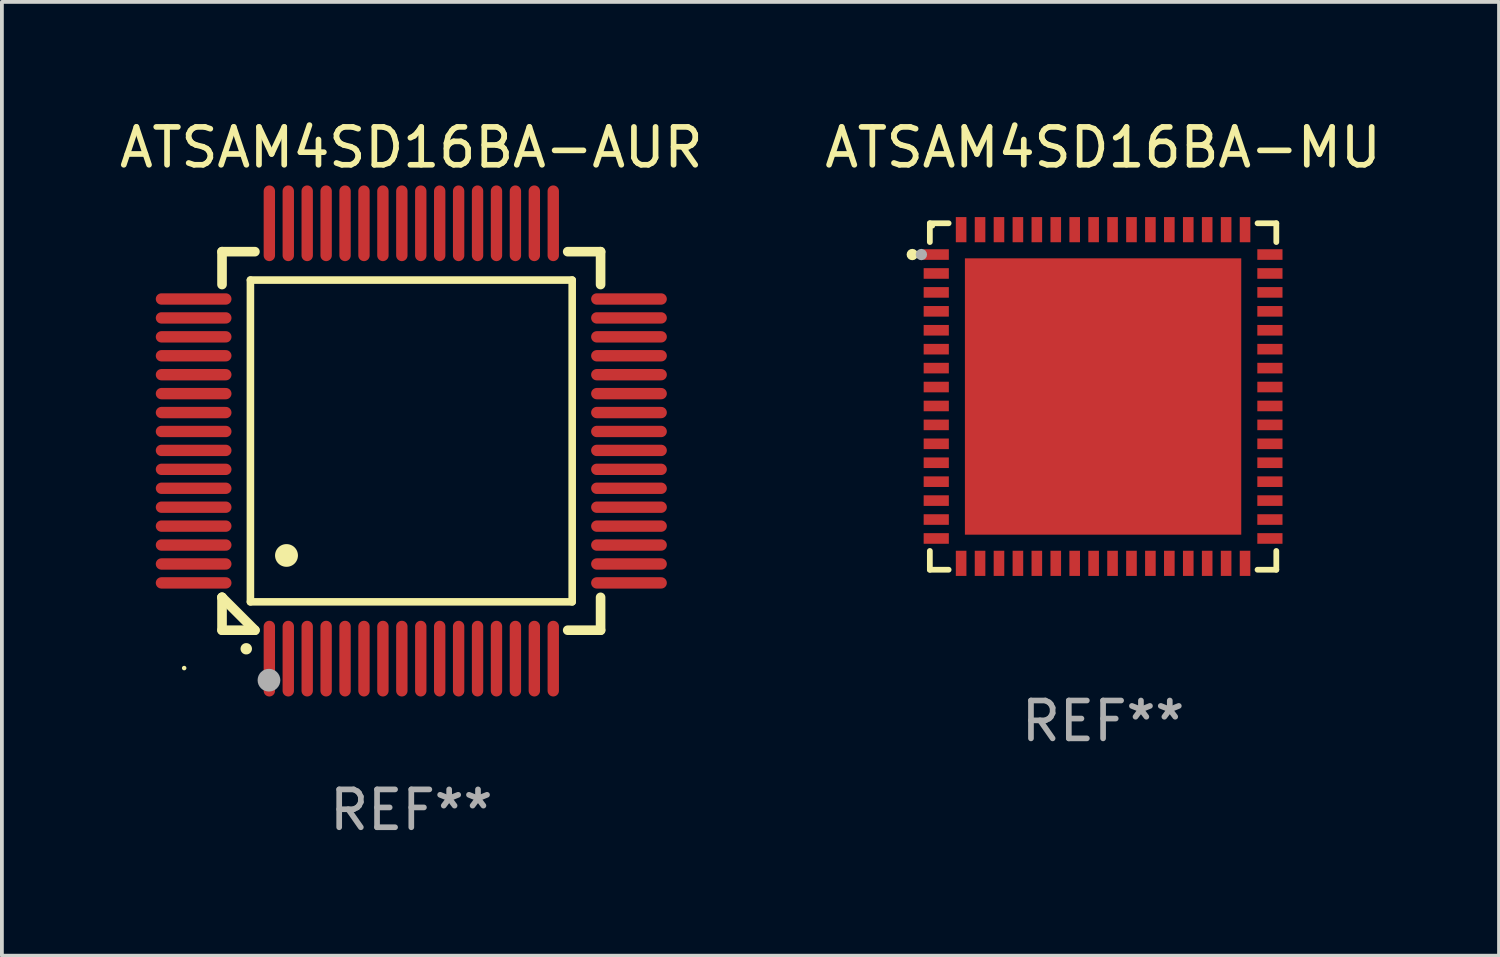
<source format=kicad_pcb>
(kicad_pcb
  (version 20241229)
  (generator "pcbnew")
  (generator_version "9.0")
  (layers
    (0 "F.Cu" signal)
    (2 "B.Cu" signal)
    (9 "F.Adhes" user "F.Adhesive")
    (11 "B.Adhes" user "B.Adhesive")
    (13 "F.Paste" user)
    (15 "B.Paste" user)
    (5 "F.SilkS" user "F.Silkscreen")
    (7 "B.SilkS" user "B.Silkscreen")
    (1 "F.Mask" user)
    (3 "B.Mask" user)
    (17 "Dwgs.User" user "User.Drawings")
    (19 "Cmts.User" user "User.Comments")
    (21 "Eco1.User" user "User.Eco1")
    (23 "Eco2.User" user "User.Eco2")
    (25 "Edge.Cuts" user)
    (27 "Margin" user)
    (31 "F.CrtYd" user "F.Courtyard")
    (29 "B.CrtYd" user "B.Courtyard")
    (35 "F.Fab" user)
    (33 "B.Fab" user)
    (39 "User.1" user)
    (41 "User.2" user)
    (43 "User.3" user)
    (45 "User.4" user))
  (footprint "ATSAM4SD16BA-MU"
    (layer "F.Cu")
    (at 26.089 7.424)
    (property "Reference" "ATSAM4SD16BA-MU" (at 0 -6.576 0) (layer "F.SilkS") (effects (font (size 1 1) (thickness 0.15))))
    (attr through_hole)
    (fp_line (start -4.576 -4.576) (end -4.576 -4.08) (stroke (width 0.152) (type solid)) (layer "F.SilkS"))
    (fp_line (start -4.576 4.576) (end -4.576 4.08) (stroke (width 0.152) (type solid)) (layer "F.SilkS"))
    (fp_line (start -4.08 -4.576) (end -4.576 -4.576) (stroke (width 0.152) (type solid)) (layer "F.SilkS"))
    (fp_line (start -4.08 4.576) (end -4.576 4.576) (stroke (width 0.152) (type solid)) (layer "F.SilkS"))
    (fp_line (start 4.08 -4.576) (end 4.576 -4.576) (stroke (width 0.152) (type solid)) (layer "F.SilkS"))
    (fp_line (start 4.08 4.576) (end 4.576 4.576) (stroke (width 0.152) (type solid)) (layer "F.SilkS"))
    (fp_line (start 4.576 -4.576) (end 4.576 -4.08) (stroke (width 0.152) (type solid)) (layer "F.SilkS"))
    (fp_line (start 4.576 4.576) (end 4.576 4.08) (stroke (width 0.152) (type solid)) (layer "F.SilkS"))
    (fp_circle (center -5.04 -3.75) (end -4.965 -3.75) (stroke (width 0.15) (type solid)) (fill no) (layer "F.SilkS"))
    (fp_circle (center -4.5 -4.5) (end -4.47 -4.5) (stroke (width 0.06) (type solid)) (fill no) (layer "F.SilkS"))
    (fp_circle (center -4.8 -3.75) (end -4.725 -3.75) (stroke (width 0.15) (type solid)) (fill no) (layer "F.Fab"))
    (fp_text user "REF**" (at 0 8.576 0) (layer "F.Fab") (effects (font (size 1 1) (thickness 0.15))))
    (pad "1" smd rect (at -4.407 -3.75) (size 0.665 0.28) (layers "F.Cu" "F.Mask" "F.Paste"))
    (pad "2" smd rect (at -4.407 -3.25) (size 0.665 0.28) (layers "F.Cu" "F.Mask" "F.Paste"))
    (pad "3" smd rect (at -4.407 -2.75) (size 0.665 0.28) (layers "F.Cu" "F.Mask" "F.Paste"))
    (pad "4" smd rect (at -4.407 -2.25) (size 0.665 0.28) (layers "F.Cu" "F.Mask" "F.Paste"))
    (pad "5" smd rect (at -4.407 -1.75) (size 0.665 0.28) (layers "F.Cu" "F.Mask" "F.Paste"))
    (pad "6" smd rect (at -4.407 -1.25) (size 0.665 0.28) (layers "F.Cu" "F.Mask" "F.Paste"))
    (pad "7" smd rect (at -4.407 -0.75) (size 0.665 0.28) (layers "F.Cu" "F.Mask" "F.Paste"))
    (pad "8" smd rect (at -4.407 -0.25) (size 0.665 0.28) (layers "F.Cu" "F.Mask" "F.Paste"))
    (pad "9" smd rect (at -4.407 0.25) (size 0.665 0.28) (layers "F.Cu" "F.Mask" "F.Paste"))
    (pad "10" smd rect (at -4.407 0.75) (size 0.665 0.28) (layers "F.Cu" "F.Mask" "F.Paste"))
    (pad "11" smd rect (at -4.407 1.25) (size 0.665 0.28) (layers "F.Cu" "F.Mask" "F.Paste"))
    (pad "12" smd rect (at -4.407 1.75) (size 0.665 0.28) (layers "F.Cu" "F.Mask" "F.Paste"))
    (pad "13" smd rect (at -4.407 2.25) (size 0.665 0.28) (layers "F.Cu" "F.Mask" "F.Paste"))
    (pad "14" smd rect (at -4.407 2.75) (size 0.665 0.28) (layers "F.Cu" "F.Mask" "F.Paste"))
    (pad "15" smd rect (at -4.407 3.25) (size 0.665 0.28) (layers "F.Cu" "F.Mask" "F.Paste"))
    (pad "16" smd rect (at -4.407 3.75) (size 0.665 0.28) (layers "F.Cu" "F.Mask" "F.Paste"))
    (pad "17" smd rect (at -3.75 4.407) (size 0.28 0.665) (layers "F.Cu" "F.Mask" "F.Paste"))
    (pad "18" smd rect (at -3.25 4.407) (size 0.28 0.665) (layers "F.Cu" "F.Mask" "F.Paste"))
    (pad "19" smd rect (at -2.75 4.407) (size 0.28 0.665) (layers "F.Cu" "F.Mask" "F.Paste"))
    (pad "20" smd rect (at -2.25 4.407) (size 0.28 0.665) (layers "F.Cu" "F.Mask" "F.Paste"))
    (pad "21" smd rect (at -1.75 4.407) (size 0.28 0.665) (layers "F.Cu" "F.Mask" "F.Paste"))
    (pad "22" smd rect (at -1.25 4.407) (size 0.28 0.665) (layers "F.Cu" "F.Mask" "F.Paste"))
    (pad "23" smd rect (at -0.75 4.407) (size 0.28 0.665) (layers "F.Cu" "F.Mask" "F.Paste"))
    (pad "24" smd rect (at -0.25 4.407) (size 0.28 0.665) (layers "F.Cu" "F.Mask" "F.Paste"))
    (pad "25" smd rect (at 0.25 4.407) (size 0.28 0.665) (layers "F.Cu" "F.Mask" "F.Paste"))
    (pad "26" smd rect (at 0.75 4.407) (size 0.28 0.665) (layers "F.Cu" "F.Mask" "F.Paste"))
    (pad "27" smd rect (at 1.25 4.407) (size 0.28 0.665) (layers "F.Cu" "F.Mask" "F.Paste"))
    (pad "28" smd rect (at 1.75 4.407) (size 0.28 0.665) (layers "F.Cu" "F.Mask" "F.Paste"))
    (pad "29" smd rect (at 2.25 4.407) (size 0.28 0.665) (layers "F.Cu" "F.Mask" "F.Paste"))
    (pad "30" smd rect (at 2.75 4.407) (size 0.28 0.665) (layers "F.Cu" "F.Mask" "F.Paste"))
    (pad "31" smd rect (at 3.25 4.407) (size 0.28 0.665) (layers "F.Cu" "F.Mask" "F.Paste"))
    (pad "32" smd rect (at 3.75 4.407) (size 0.28 0.665) (layers "F.Cu" "F.Mask" "F.Paste"))
    (pad "33" smd rect (at 4.407 3.75) (size 0.665 0.28) (layers "F.Cu" "F.Mask" "F.Paste"))
    (pad "34" smd rect (at 4.407 3.25) (size 0.665 0.28) (layers "F.Cu" "F.Mask" "F.Paste"))
    (pad "35" smd rect (at 4.407 2.75) (size 0.665 0.28) (layers "F.Cu" "F.Mask" "F.Paste"))
    (pad "36" smd rect (at 4.407 2.25) (size 0.665 0.28) (layers "F.Cu" "F.Mask" "F.Paste"))
    (pad "37" smd rect (at 4.407 1.75) (size 0.665 0.28) (layers "F.Cu" "F.Mask" "F.Paste"))
    (pad "38" smd rect (at 4.407 1.25) (size 0.665 0.28) (layers "F.Cu" "F.Mask" "F.Paste"))
    (pad "39" smd rect (at 4.407 0.75) (size 0.665 0.28) (layers "F.Cu" "F.Mask" "F.Paste"))
    (pad "40" smd rect (at 4.407 0.25) (size 0.665 0.28) (layers "F.Cu" "F.Mask" "F.Paste"))
    (pad "41" smd rect (at 4.407 -0.25) (size 0.665 0.28) (layers "F.Cu" "F.Mask" "F.Paste"))
    (pad "42" smd rect (at 4.407 -0.75) (size 0.665 0.28) (layers "F.Cu" "F.Mask" "F.Paste"))
    (pad "43" smd rect (at 4.407 -1.25) (size 0.665 0.28) (layers "F.Cu" "F.Mask" "F.Paste"))
    (pad "44" smd rect (at 4.407 -1.75) (size 0.665 0.28) (layers "F.Cu" "F.Mask" "F.Paste"))
    (pad "45" smd rect (at 4.407 -2.25) (size 0.665 0.28) (layers "F.Cu" "F.Mask" "F.Paste"))
    (pad "46" smd rect (at 4.407 -2.75) (size 0.665 0.28) (layers "F.Cu" "F.Mask" "F.Paste"))
    (pad "47" smd rect (at 4.407 -3.25) (size 0.665 0.28) (layers "F.Cu" "F.Mask" "F.Paste"))
    (pad "48" smd rect (at 4.407 -3.75) (size 0.665 0.28) (layers "F.Cu" "F.Mask" "F.Paste"))
    (pad "49" smd rect (at 3.75 -4.407) (size 0.28 0.665) (layers "F.Cu" "F.Mask" "F.Paste"))
    (pad "50" smd rect (at 3.25 -4.407) (size 0.28 0.665) (layers "F.Cu" "F.Mask" "F.Paste"))
    (pad "51" smd rect (at 2.75 -4.407) (size 0.28 0.665) (layers "F.Cu" "F.Mask" "F.Paste"))
    (pad "52" smd rect (at 2.25 -4.407) (size 0.28 0.665) (layers "F.Cu" "F.Mask" "F.Paste"))
    (pad "53" smd rect (at 1.75 -4.407) (size 0.28 0.665) (layers "F.Cu" "F.Mask" "F.Paste"))
    (pad "54" smd rect (at 1.25 -4.407) (size 0.28 0.665) (layers "F.Cu" "F.Mask" "F.Paste"))
    (pad "55" smd rect (at 0.75 -4.407) (size 0.28 0.665) (layers "F.Cu" "F.Mask" "F.Paste"))
    (pad "56" smd rect (at 0.25 -4.407) (size 0.28 0.665) (layers "F.Cu" "F.Mask" "F.Paste"))
    (pad "57" smd rect (at -0.25 -4.407) (size 0.28 0.665) (layers "F.Cu" "F.Mask" "F.Paste"))
    (pad "58" smd rect (at -0.75 -4.407) (size 0.28 0.665) (layers "F.Cu" "F.Mask" "F.Paste"))
    (pad "59" smd rect (at -1.25 -4.407) (size 0.28 0.665) (layers "F.Cu" "F.Mask" "F.Paste"))
    (pad "60" smd rect (at -1.75 -4.407) (size 0.28 0.665) (layers "F.Cu" "F.Mask" "F.Paste"))
    (pad "61" smd rect (at -2.25 -4.407) (size 0.28 0.665) (layers "F.Cu" "F.Mask" "F.Paste"))
    (pad "62" smd rect (at -2.75 -4.407) (size 0.28 0.665) (layers "F.Cu" "F.Mask" "F.Paste"))
    (pad "63" smd rect (at -3.25 -4.407) (size 0.28 0.665) (layers "F.Cu" "F.Mask" "F.Paste"))
    (pad "64" smd rect (at -3.75 -4.407) (size 0.28 0.665) (layers "F.Cu" "F.Mask" "F.Paste"))
    (pad "65" smd rect (at 0 0) (size 7.3 7.3) (layers "F.Cu" "F.Mask" "F.Paste")))
  (footprint "ATSAM4SD16BA-AUR"
    (layer "F.Cu")
    (at 7.815 8.598)
    (property "Reference" "ATSAM4SD16BA-AUR" (at 0 -7.75 0) (layer "F.SilkS") (effects (font (size 1 1) (thickness 0.15))))
    (attr through_hole)
    (fp_line (start -5 -5) (end -4.131 -5) (stroke (width 0.254) (type solid)) (layer "F.SilkS"))
    (fp_line (start -5 -4.131) (end -5 -5) (stroke (width 0.254) (type solid)) (layer "F.SilkS"))
    (fp_line (start -5 4.131) (end -5 4.131) (stroke (width 0.254) (type solid)) (layer "F.SilkS"))
    (fp_line (start -5 5) (end -5 4.131) (stroke (width 0.254) (type solid)) (layer "F.SilkS"))
    (fp_line (start -5 4.131) (end -4.131 5) (stroke (width 0.254) (type solid)) (layer "F.SilkS"))
    (fp_line (start -4.25 -4.25) (end -4.25 4.25) (stroke (width 0.2) (type solid)) (layer "F.SilkS"))
    (fp_line (start -4.25 4.25) (end 4.25 4.25) (stroke (width 0.2) (type solid)) (layer "F.SilkS"))
    (fp_line (start -4.131 5) (end -5 5) (stroke (width 0.254) (type solid)) (layer "F.SilkS"))
    (fp_line (start 4.25 -4.25) (end -4.25 -4.25) (stroke (width 0.2) (type solid)) (layer "F.SilkS"))
    (fp_line (start 4.25 4.25) (end 4.25 -4.25) (stroke (width 0.2) (type solid)) (layer "F.SilkS"))
    (fp_line (start 5 -5) (end 4.131 -5) (stroke (width 0.254) (type solid)) (layer "F.SilkS"))
    (fp_line (start 5 -5) (end 5 -4.131) (stroke (width 0.254) (type solid)) (layer "F.SilkS"))
    (fp_line (start 5 4.131) (end 5 5) (stroke (width 0.254) (type solid)) (layer "F.SilkS"))
    (fp_line (start 5 5) (end 4.131 5) (stroke (width 0.254) (type solid)) (layer "F.SilkS"))
    (fp_arc (start -4.361265 5.489992) (mid -4.359995 5.489987) (end -4.358725 5.489992) (stroke (width 0.3) (type solid)) (layer "F.SilkS"))
    (fp_arc (start -3.299467 3.025146) (mid -3.296927 3.025135) (end -3.294387 3.025146) (stroke (width 0.6) (type solid)) (layer "F.SilkS"))
    (fp_circle (center -6 6) (end -5.97 6) (stroke (width 0.06) (type solid)) (fill no) (layer "F.SilkS"))
    (fp_circle (center -3.76 6.32) (end -3.61 6.32) (stroke (width 0.3) (type solid)) (fill no) (layer "F.Fab"))
    (fp_text user "REF**" (at 0 9.75 0) (layer "F.Fab") (effects (font (size 1 1) (thickness 0.15))))
    (pad "1" smd oval (at -3.75 5.75) (size 0.3 2) (layers "F.Cu" "F.Mask" "F.Paste"))
    (pad "2" smd oval (at -3.25 5.75) (size 0.3 2) (layers "F.Cu" "F.Mask" "F.Paste"))
    (pad "3" smd oval (at -2.75 5.75) (size 0.3 2) (layers "F.Cu" "F.Mask" "F.Paste"))
    (pad "4" smd oval (at -2.25 5.75) (size 0.3 2) (layers "F.Cu" "F.Mask" "F.Paste"))
    (pad "5" smd oval (at -1.75 5.75) (size 0.3 2) (layers "F.Cu" "F.Mask" "F.Paste"))
    (pad "6" smd oval (at -1.25 5.75) (size 0.3 2) (layers "F.Cu" "F.Mask" "F.Paste"))
    (pad "7" smd oval (at -0.75 5.75) (size 0.3 2) (layers "F.Cu" "F.Mask" "F.Paste"))
    (pad "8" smd oval (at -0.25 5.75) (size 0.3 2) (layers "F.Cu" "F.Mask" "F.Paste"))
    (pad "9" smd oval (at 0.25 5.75) (size 0.3 2) (layers "F.Cu" "F.Mask" "F.Paste"))
    (pad "10" smd oval (at 0.75 5.75) (size 0.3 2) (layers "F.Cu" "F.Mask" "F.Paste"))
    (pad "11" smd oval (at 1.25 5.75) (size 0.3 2) (layers "F.Cu" "F.Mask" "F.Paste"))
    (pad "12" smd oval (at 1.75 5.75) (size 0.3 2) (layers "F.Cu" "F.Mask" "F.Paste"))
    (pad "13" smd oval (at 2.25 5.75) (size 0.3 2) (layers "F.Cu" "F.Mask" "F.Paste"))
    (pad "14" smd oval (at 2.75 5.75) (size 0.3 2) (layers "F.Cu" "F.Mask" "F.Paste"))
    (pad "15" smd oval (at 3.25 5.75) (size 0.3 2) (layers "F.Cu" "F.Mask" "F.Paste"))
    (pad "16" smd oval (at 3.75 5.75) (size 0.3 2) (layers "F.Cu" "F.Mask" "F.Paste"))
    (pad "17" smd oval (at 5.75 3.75) (size 2 0.3) (layers "F.Cu" "F.Mask" "F.Paste"))
    (pad "18" smd oval (at 5.75 3.25) (size 2 0.3) (layers "F.Cu" "F.Mask" "F.Paste"))
    (pad "19" smd oval (at 5.75 2.75) (size 2 0.3) (layers "F.Cu" "F.Mask" "F.Paste"))
    (pad "20" smd oval (at 5.75 2.25) (size 2 0.3) (layers "F.Cu" "F.Mask" "F.Paste"))
    (pad "21" smd oval (at 5.75 1.75) (size 2 0.3) (layers "F.Cu" "F.Mask" "F.Paste"))
    (pad "22" smd oval (at 5.75 1.25) (size 2 0.3) (layers "F.Cu" "F.Mask" "F.Paste"))
    (pad "23" smd oval (at 5.75 0.75) (size 2 0.3) (layers "F.Cu" "F.Mask" "F.Paste"))
    (pad "24" smd oval (at 5.75 0.25) (size 2 0.3) (layers "F.Cu" "F.Mask" "F.Paste"))
    (pad "25" smd oval (at 5.75 -0.25) (size 2 0.3) (layers "F.Cu" "F.Mask" "F.Paste"))
    (pad "26" smd oval (at 5.75 -0.75) (size 2 0.3) (layers "F.Cu" "F.Mask" "F.Paste"))
    (pad "27" smd oval (at 5.75 -1.25) (size 2 0.3) (layers "F.Cu" "F.Mask" "F.Paste"))
    (pad "28" smd oval (at 5.75 -1.75) (size 2 0.3) (layers "F.Cu" "F.Mask" "F.Paste"))
    (pad "29" smd oval (at 5.75 -2.25) (size 2 0.3) (layers "F.Cu" "F.Mask" "F.Paste"))
    (pad "30" smd oval (at 5.75 -2.75) (size 2 0.3) (layers "F.Cu" "F.Mask" "F.Paste"))
    (pad "31" smd oval (at 5.75 -3.25) (size 2 0.3) (layers "F.Cu" "F.Mask" "F.Paste"))
    (pad "32" smd oval (at 5.75 -3.75) (size 2 0.3) (layers "F.Cu" "F.Mask" "F.Paste"))
    (pad "33" smd oval (at 3.75 -5.75) (size 0.3 2) (layers "F.Cu" "F.Mask" "F.Paste"))
    (pad "34" smd oval (at 3.25 -5.75) (size 0.3 2) (layers "F.Cu" "F.Mask" "F.Paste"))
    (pad "35" smd oval (at 2.75 -5.75) (size 0.3 2) (layers "F.Cu" "F.Mask" "F.Paste"))
    (pad "36" smd oval (at 2.25 -5.75) (size 0.3 2) (layers "F.Cu" "F.Mask" "F.Paste"))
    (pad "37" smd oval (at 1.75 -5.75) (size 0.3 2) (layers "F.Cu" "F.Mask" "F.Paste"))
    (pad "38" smd oval (at 1.25 -5.75) (size 0.3 2) (layers "F.Cu" "F.Mask" "F.Paste"))
    (pad "39" smd oval (at 0.75 -5.75) (size 0.3 2) (layers "F.Cu" "F.Mask" "F.Paste"))
    (pad "40" smd oval (at 0.25 -5.75) (size 0.3 2) (layers "F.Cu" "F.Mask" "F.Paste"))
    (pad "41" smd oval (at -0.25 -5.75) (size 0.3 2) (layers "F.Cu" "F.Mask" "F.Paste"))
    (pad "42" smd oval (at -0.75 -5.75) (size 0.3 2) (layers "F.Cu" "F.Mask" "F.Paste"))
    (pad "43" smd oval (at -1.25 -5.75) (size 0.3 2) (layers "F.Cu" "F.Mask" "F.Paste"))
    (pad "44" smd oval (at -1.75 -5.75) (size 0.3 2) (layers "F.Cu" "F.Mask" "F.Paste"))
    (pad "45" smd oval (at -2.25 -5.75) (size 0.3 2) (layers "F.Cu" "F.Mask" "F.Paste"))
    (pad "46" smd oval (at -2.75 -5.75) (size 0.3 2) (layers "F.Cu" "F.Mask" "F.Paste"))
    (pad "47" smd oval (at -3.25 -5.75) (size 0.3 2) (layers "F.Cu" "F.Mask" "F.Paste"))
    (pad "48" smd oval (at -3.75 -5.75) (size 0.3 2) (layers "F.Cu" "F.Mask" "F.Paste"))
    (pad "49" smd oval (at -5.75 -3.75) (size 2 0.3) (layers "F.Cu" "F.Mask" "F.Paste"))
    (pad "50" smd oval (at -5.75 -3.25) (size 2 0.3) (layers "F.Cu" "F.Mask" "F.Paste"))
    (pad "51" smd oval (at -5.75 -2.75) (size 2 0.3) (layers "F.Cu" "F.Mask" "F.Paste"))
    (pad "52" smd oval (at -5.75 -2.25) (size 2 0.3) (layers "F.Cu" "F.Mask" "F.Paste"))
    (pad "53" smd oval (at -5.75 -1.75) (size 2 0.3) (layers "F.Cu" "F.Mask" "F.Paste"))
    (pad "54" smd oval (at -5.75 -1.25) (size 2 0.3) (layers "F.Cu" "F.Mask" "F.Paste"))
    (pad "55" smd oval (at -5.75 -0.75) (size 2 0.3) (layers "F.Cu" "F.Mask" "F.Paste"))
    (pad "56" smd oval (at -5.75 -0.25) (size 2 0.3) (layers "F.Cu" "F.Mask" "F.Paste"))
    (pad "57" smd oval (at -5.75 0.25) (size 2 0.3) (layers "F.Cu" "F.Mask" "F.Paste"))
    (pad "58" smd oval (at -5.75 0.75) (size 2 0.3) (layers "F.Cu" "F.Mask" "F.Paste"))
    (pad "59" smd oval (at -5.75 1.25) (size 2 0.3) (layers "F.Cu" "F.Mask" "F.Paste"))
    (pad "60" smd oval (at -5.75 1.75) (size 2 0.3) (layers "F.Cu" "F.Mask" "F.Paste"))
    (pad "61" smd oval (at -5.75 2.25) (size 2 0.3) (layers "F.Cu" "F.Mask" "F.Paste"))
    (pad "62" smd oval (at -5.75 2.75) (size 2 0.3) (layers "F.Cu" "F.Mask" "F.Paste"))
    (pad "63" smd oval (at -5.75 3.25) (size 2 0.3) (layers "F.Cu" "F.Mask" "F.Paste"))
    (pad "64" smd oval (at -5.75 3.75) (size 2 0.3) (layers "F.Cu" "F.Mask" "F.Paste")))
  (gr_rect
    (start -3 -3)
    (end 36.548 22.196)
    (stroke (width 0.1) (type default))
    (fill no)
    (layer "Edge.Cuts")))
</source>
